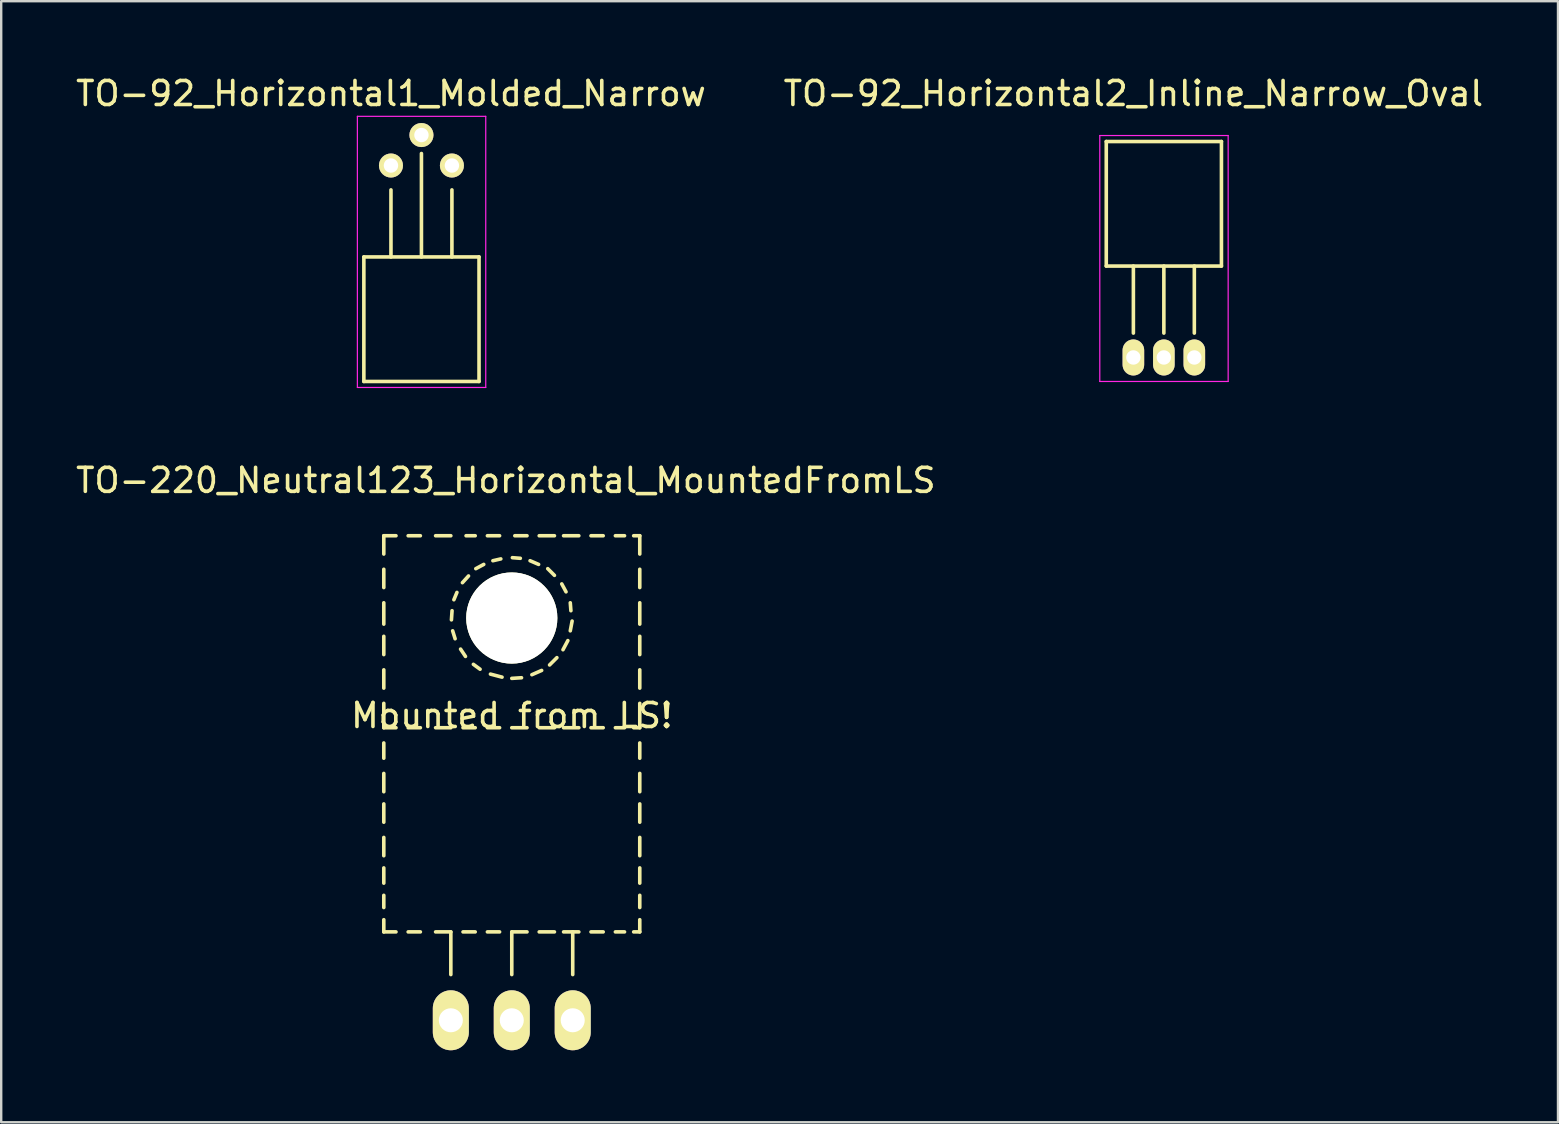
<source format=kicad_pcb>
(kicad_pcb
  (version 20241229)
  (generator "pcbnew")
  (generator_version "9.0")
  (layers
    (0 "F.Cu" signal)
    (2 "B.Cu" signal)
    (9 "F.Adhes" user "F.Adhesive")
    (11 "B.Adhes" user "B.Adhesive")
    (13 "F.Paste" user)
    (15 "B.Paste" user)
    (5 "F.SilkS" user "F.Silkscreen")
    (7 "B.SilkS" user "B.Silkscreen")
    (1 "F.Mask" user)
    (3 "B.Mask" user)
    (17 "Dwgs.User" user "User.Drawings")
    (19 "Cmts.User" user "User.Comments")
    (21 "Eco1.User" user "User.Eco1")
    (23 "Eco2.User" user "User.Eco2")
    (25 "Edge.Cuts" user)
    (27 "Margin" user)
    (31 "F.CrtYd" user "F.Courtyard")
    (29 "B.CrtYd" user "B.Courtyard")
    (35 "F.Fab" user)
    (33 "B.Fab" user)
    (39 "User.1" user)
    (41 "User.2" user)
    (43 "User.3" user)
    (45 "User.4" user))
  (footprint "TO-220_Neutral123_Horizontal_MountedFromLS"
    (layer "F.Cu")
    (at 18.279 39.471)
    (property "Reference" "TO-220_Neutral123_Horizontal_MountedFromLS" (at -0.249 -22.499 0) (layer "F.SilkS") (effects (font (size 1 1) (thickness 0.15))))
    (attr through_hole)
    (fp_line (start -5.334 -20.193) (end -5.334 -19.431) (stroke (width 0.15) (type solid)) (layer "F.SilkS"))
    (fp_line (start -5.334 -20.193) (end -4.826 -20.193) (stroke (width 0.15) (type solid)) (layer "F.SilkS"))
    (fp_line (start -5.334 -18.796) (end -5.334 -18.034) (stroke (width 0.15) (type solid)) (layer "F.SilkS"))
    (fp_line (start -5.334 -17.399) (end -5.334 -16.51) (stroke (width 0.15) (type solid)) (layer "F.SilkS"))
    (fp_line (start -5.334 -16.002) (end -5.334 -15.24) (stroke (width 0.15) (type solid)) (layer "F.SilkS"))
    (fp_line (start -5.334 -14.605) (end -5.334 -13.843) (stroke (width 0.15) (type solid)) (layer "F.SilkS"))
    (fp_line (start -5.334 -13.208) (end -5.334 -12.192) (stroke (width 0.15) (type solid)) (layer "F.SilkS"))
    (fp_line (start -5.334 -12.192) (end -4.826 -12.192) (stroke (width 0.15) (type solid)) (layer "F.SilkS"))
    (fp_line (start -5.334 -11.557) (end -5.334 -10.922) (stroke (width 0.15) (type solid)) (layer "F.SilkS"))
    (fp_line (start -5.334 -10.287) (end -5.334 -9.525) (stroke (width 0.15) (type solid)) (layer "F.SilkS"))
    (fp_line (start -5.334 -9.017) (end -5.334 -8.255) (stroke (width 0.15) (type solid)) (layer "F.SilkS"))
    (fp_line (start -5.334 -7.62) (end -5.334 -6.858) (stroke (width 0.15) (type solid)) (layer "F.SilkS"))
    (fp_line (start -5.334 -6.35) (end -5.334 -5.715) (stroke (width 0.15) (type solid)) (layer "F.SilkS"))
    (fp_line (start -5.334 -5.207) (end -5.334 -4.699) (stroke (width 0.15) (type solid)) (layer "F.SilkS"))
    (fp_line (start -5.334 -4.191) (end -5.334 -3.683) (stroke (width 0.15) (type solid)) (layer "F.SilkS"))
    (fp_line (start -5.334 -3.683) (end -4.826 -3.683) (stroke (width 0.15) (type solid)) (layer "F.SilkS"))
    (fp_line (start -4.318 -20.193) (end -3.81 -20.193) (stroke (width 0.15) (type solid)) (layer "F.SilkS"))
    (fp_line (start -4.318 -12.192) (end -3.81 -12.192) (stroke (width 0.15) (type solid)) (layer "F.SilkS"))
    (fp_line (start -4.318 -3.683) (end -3.81 -3.683) (stroke (width 0.15) (type solid)) (layer "F.SilkS"))
    (fp_line (start -3.175 -20.193) (end -2.54 -20.193) (stroke (width 0.15) (type solid)) (layer "F.SilkS"))
    (fp_line (start -3.175 -12.192) (end -2.54 -12.192) (stroke (width 0.15) (type solid)) (layer "F.SilkS"))
    (fp_line (start -3.175 -3.683) (end -2.54 -3.683) (stroke (width 0.15) (type solid)) (layer "F.SilkS"))
    (fp_line (start -2.54 -3.683) (end -2.54 -1.905) (stroke (width 0.15) (type solid)) (layer "F.SilkS"))
    (fp_line (start -2.515 -16.688) (end -2.489 -17.069) (stroke (width 0.15) (type solid)) (layer "F.SilkS"))
    (fp_line (start -2.413 -17.526) (end -2.286 -17.831) (stroke (width 0.15) (type solid)) (layer "F.SilkS"))
    (fp_line (start -2.362 -15.9) (end -2.464 -16.231) (stroke (width 0.15) (type solid)) (layer "F.SilkS"))
    (fp_line (start -2.057 -18.237) (end -1.803 -18.517) (stroke (width 0.15) (type solid)) (layer "F.SilkS"))
    (fp_line (start -2.032 -12.192) (end -1.524 -12.192) (stroke (width 0.15) (type solid)) (layer "F.SilkS"))
    (fp_line (start -2.032 -3.683) (end -1.524 -3.683) (stroke (width 0.15) (type solid)) (layer "F.SilkS"))
    (fp_line (start -1.93 -15.164) (end -2.134 -15.469) (stroke (width 0.15) (type solid)) (layer "F.SilkS"))
    (fp_line (start -1.905 -20.193) (end -1.524 -20.193) (stroke (width 0.15) (type solid)) (layer "F.SilkS"))
    (fp_line (start -1.499 -18.821) (end -1.168 -18.999) (stroke (width 0.15) (type solid)) (layer "F.SilkS"))
    (fp_line (start -1.321 -14.63) (end -1.6 -14.834) (stroke (width 0.15) (type solid)) (layer "F.SilkS"))
    (fp_line (start -1.016 -20.193) (end -0.508 -20.193) (stroke (width 0.15) (type solid)) (layer "F.SilkS"))
    (fp_line (start -1.016 -12.192) (end -0.508 -12.192) (stroke (width 0.15) (type solid)) (layer "F.SilkS"))
    (fp_line (start -1.016 -3.683) (end -0.508 -3.683) (stroke (width 0.15) (type solid)) (layer "F.SilkS"))
    (fp_line (start -0.787 -19.152) (end -0.457 -19.228) (stroke (width 0.15) (type solid)) (layer "F.SilkS"))
    (fp_line (start -0.406 -14.3) (end -0.889 -14.427) (stroke (width 0.15) (type solid)) (layer "F.SilkS"))
    (fp_line (start 0 -12.192) (end 0.635 -12.192) (stroke (width 0.15) (type solid)) (layer "F.SilkS"))
    (fp_line (start 0 -3.683) (end 0 -1.905) (stroke (width 0.15) (type solid)) (layer "F.SilkS"))
    (fp_line (start 0 -3.683) (end 0.635 -3.683) (stroke (width 0.15) (type solid)) (layer "F.SilkS"))
    (fp_line (start 0.025 -19.279) (end 0.356 -19.253) (stroke (width 0.15) (type solid)) (layer "F.SilkS"))
    (fp_line (start 0.127 -20.193) (end 0.635 -20.193) (stroke (width 0.15) (type solid)) (layer "F.SilkS"))
    (fp_line (start 0.406 -14.275) (end 0 -14.249) (stroke (width 0.15) (type solid)) (layer "F.SilkS"))
    (fp_line (start 0.762 -19.152) (end 1.118 -18.999) (stroke (width 0.15) (type solid)) (layer "F.SilkS"))
    (fp_line (start 1.143 -20.193) (end 1.778 -20.193) (stroke (width 0.15) (type solid)) (layer "F.SilkS"))
    (fp_line (start 1.143 -12.192) (end 1.778 -12.192) (stroke (width 0.15) (type solid)) (layer "F.SilkS"))
    (fp_line (start 1.143 -3.683) (end 1.778 -3.683) (stroke (width 0.15) (type solid)) (layer "F.SilkS"))
    (fp_line (start 1.245 -14.58) (end 0.838 -14.402) (stroke (width 0.15) (type solid)) (layer "F.SilkS"))
    (fp_line (start 1.499 -18.821) (end 1.778 -18.542) (stroke (width 0.15) (type solid)) (layer "F.SilkS"))
    (fp_line (start 1.88 -15.113) (end 1.575 -14.808) (stroke (width 0.15) (type solid)) (layer "F.SilkS"))
    (fp_line (start 2.083 -18.186) (end 2.261 -17.856) (stroke (width 0.15) (type solid)) (layer "F.SilkS"))
    (fp_line (start 2.159 -20.193) (end 2.794 -20.193) (stroke (width 0.15) (type solid)) (layer "F.SilkS"))
    (fp_line (start 2.159 -12.192) (end 2.794 -12.192) (stroke (width 0.15) (type solid)) (layer "F.SilkS"))
    (fp_line (start 2.159 -3.683) (end 2.794 -3.683) (stroke (width 0.15) (type solid)) (layer "F.SilkS"))
    (fp_line (start 2.337 -15.824) (end 2.134 -15.443) (stroke (width 0.15) (type solid)) (layer "F.SilkS"))
    (fp_line (start 2.438 -17.399) (end 2.464 -17.069) (stroke (width 0.15) (type solid)) (layer "F.SilkS"))
    (fp_line (start 2.515 -16.637) (end 2.438 -16.231) (stroke (width 0.15) (type solid)) (layer "F.SilkS"))
    (fp_line (start 2.54 -3.683) (end 2.54 -1.905) (stroke (width 0.15) (type solid)) (layer "F.SilkS"))
    (fp_line (start 3.302 -20.193) (end 3.81 -20.193) (stroke (width 0.15) (type solid)) (layer "F.SilkS"))
    (fp_line (start 3.302 -12.192) (end 3.81 -12.192) (stroke (width 0.15) (type solid)) (layer "F.SilkS"))
    (fp_line (start 3.302 -3.683) (end 3.81 -3.683) (stroke (width 0.15) (type solid)) (layer "F.SilkS"))
    (fp_line (start 4.318 -20.193) (end 4.699 -20.193) (stroke (width 0.15) (type solid)) (layer "F.SilkS"))
    (fp_line (start 4.318 -12.192) (end 4.699 -12.192) (stroke (width 0.15) (type solid)) (layer "F.SilkS"))
    (fp_line (start 4.318 -3.683) (end 4.699 -3.683) (stroke (width 0.15) (type solid)) (layer "F.SilkS"))
    (fp_line (start 5.08 -20.193) (end 5.334 -20.193) (stroke (width 0.15) (type solid)) (layer "F.SilkS"))
    (fp_line (start 5.08 -12.192) (end 5.334 -12.192) (stroke (width 0.15) (type solid)) (layer "F.SilkS"))
    (fp_line (start 5.08 -3.683) (end 5.334 -3.683) (stroke (width 0.15) (type solid)) (layer "F.SilkS"))
    (fp_line (start 5.334 -20.193) (end 5.334 -19.431) (stroke (width 0.15) (type solid)) (layer "F.SilkS"))
    (fp_line (start 5.334 -18.796) (end 5.334 -18.034) (stroke (width 0.15) (type solid)) (layer "F.SilkS"))
    (fp_line (start 5.334 -17.399) (end 5.334 -16.51) (stroke (width 0.15) (type solid)) (layer "F.SilkS"))
    (fp_line (start 5.334 -16.002) (end 5.334 -15.24) (stroke (width 0.15) (type solid)) (layer "F.SilkS"))
    (fp_line (start 5.334 -14.605) (end 5.334 -13.843) (stroke (width 0.15) (type solid)) (layer "F.SilkS"))
    (fp_line (start 5.334 -13.208) (end 5.334 -12.192) (stroke (width 0.15) (type solid)) (layer "F.SilkS"))
    (fp_line (start 5.334 -11.557) (end 5.334 -10.922) (stroke (width 0.15) (type solid)) (layer "F.SilkS"))
    (fp_line (start 5.334 -10.287) (end 5.334 -9.525) (stroke (width 0.15) (type solid)) (layer "F.SilkS"))
    (fp_line (start 5.334 -9.017) (end 5.334 -8.255) (stroke (width 0.15) (type solid)) (layer "F.SilkS"))
    (fp_line (start 5.334 -7.62) (end 5.334 -6.858) (stroke (width 0.15) (type solid)) (layer "F.SilkS"))
    (fp_line (start 5.334 -6.35) (end 5.334 -5.715) (stroke (width 0.15) (type solid)) (layer "F.SilkS"))
    (fp_line (start 5.334 -5.207) (end 5.334 -4.699) (stroke (width 0.15) (type solid)) (layer "F.SilkS"))
    (fp_line (start 5.334 -4.191) (end 5.334 -3.683) (stroke (width 0.15) (type solid)) (layer "F.SilkS"))
    (fp_text user "Mounted from LS!" (at 0 -12.7 0) (layer "F.SilkS") (effects (font (size 1 1) (thickness 0.15))))
    (pad "" np_thru_hole circle (at 0 -16.764 90) (size 3.8 3.8) (drill 3.8) (layers "*.Cu" "*.Mask" "F.SilkS"))
    (pad "1" thru_hole oval (at 2.54 0 90) (size 2.499 1.501) (drill 1.001) (layers "*.Cu" "*.Mask" "F.SilkS"))
    (pad "2" thru_hole oval (at 0 0 90) (size 2.499 1.501) (drill 1.001) (layers "*.Cu" "*.Mask" "F.SilkS"))
    (pad "3" thru_hole oval (at -2.54 0 90) (size 2.499 1.501) (drill 1.001) (layers "*.Cu" "*.Mask" "F.SilkS")))
  (footprint "TO-92_Horizontal1_Molded_Narrow"
    (layer "F.Cu")
    (at 13.244 3.848)
    (property "Reference" "TO-92_Horizontal1_Molded_Narrow" (at 0 -3 0) (layer "F.SilkS") (effects (font (size 1 1) (thickness 0.15))))
    (attr through_hole)
    (fp_line (start -1.13 3.81) (end 3.67 3.81) (stroke (width 0.15) (type solid)) (layer "F.SilkS"))
    (fp_line (start -1.13 9) (end -1.13 3.81) (stroke (width 0.15) (type solid)) (layer "F.SilkS"))
    (fp_line (start 0 1.016) (end 0 3.81) (stroke (width 0.15) (type solid)) (layer "F.SilkS"))
    (fp_line (start 1.27 -0.5) (end 1.27 3.81) (stroke (width 0.15) (type solid)) (layer "F.SilkS"))
    (fp_line (start 2.54 1.016) (end 2.54 3.81) (stroke (width 0.15) (type solid)) (layer "F.SilkS"))
    (fp_line (start 3.67 3.81) (end 3.67 9) (stroke (width 0.15) (type solid)) (layer "F.SilkS"))
    (fp_line (start 3.67 9) (end -1.13 9) (stroke (width 0.15) (type solid)) (layer "F.SilkS"))
    (fp_line (start -1.4 -2.05) (end 3.95 -2.05) (stroke (width 0.05) (type solid)) (layer "F.CrtYd"))
    (fp_line (start -1.4 9.25) (end -1.4 -2.05) (stroke (width 0.05) (type solid)) (layer "F.CrtYd"))
    (fp_line (start -1.4 9.25) (end 3.95 9.25) (stroke (width 0.05) (type solid)) (layer "F.CrtYd"))
    (fp_line (start 3.95 9.25) (end 3.95 -2.05) (stroke (width 0.05) (type solid)) (layer "F.CrtYd"))
    (pad "1" thru_hole circle (at 0 0 90) (size 1.001 1.001) (drill 0.6) (layers "*.Cu" "*.Mask" "F.SilkS"))
    (pad "2" thru_hole circle (at 1.27 -1.27 90) (size 1.001 1.001) (drill 0.6) (layers "*.Cu" "*.Mask" "F.SilkS"))
    (pad "3" thru_hole circle (at 2.54 0 90) (size 1.001 1.001) (drill 0.6) (layers "*.Cu" "*.Mask" "F.SilkS")))
  (footprint "TO-92_Horizontal2_Inline_Narrow_Oval"
    (layer "F.Cu")
    (at 44.185 11.848)
    (property "Reference" "TO-92_Horizontal2_Inline_Narrow_Oval" (at 0 -11 180) (layer "F.SilkS") (effects (font (size 1 1) (thickness 0.15))))
    (attr through_hole)
    (fp_line (start -1.13 -9) (end 3.67 -9) (stroke (width 0.15) (type solid)) (layer "F.SilkS"))
    (fp_line (start -1.13 -3.81) (end -1.13 -9) (stroke (width 0.15) (type solid)) (layer "F.SilkS"))
    (fp_line (start 0 -1.016) (end 0 -3.81) (stroke (width 0.15) (type solid)) (layer "F.SilkS"))
    (fp_line (start 1.27 -1.016) (end 1.27 -3.81) (stroke (width 0.15) (type solid)) (layer "F.SilkS"))
    (fp_line (start 2.54 -1.016) (end 2.54 -3.81) (stroke (width 0.15) (type solid)) (layer "F.SilkS"))
    (fp_line (start 3.67 -9) (end 3.67 -3.81) (stroke (width 0.15) (type solid)) (layer "F.SilkS"))
    (fp_line (start 3.67 -3.81) (end -1.13 -3.81) (stroke (width 0.15) (type solid)) (layer "F.SilkS"))
    (fp_line (start -1.4 -9.25) (end -1.4 1) (stroke (width 0.05) (type solid)) (layer "F.CrtYd"))
    (fp_line (start 3.95 -9.25) (end -1.4 -9.25) (stroke (width 0.05) (type solid)) (layer "F.CrtYd"))
    (fp_line (start 3.95 -9.25) (end 3.95 1) (stroke (width 0.05) (type solid)) (layer "F.CrtYd"))
    (fp_line (start 3.95 1) (end -1.4 1) (stroke (width 0.05) (type solid)) (layer "F.CrtYd"))
    (pad "1" thru_hole oval (at 0 0) (size 0.899 1.501) (drill 0.6) (layers "*.Cu" "*.Mask" "F.SilkS"))
    (pad "2" thru_hole oval (at 1.27 0) (size 0.899 1.501) (drill 0.6) (layers "*.Cu" "*.Mask" "F.SilkS"))
    (pad "3" thru_hole oval (at 2.54 0) (size 0.899 1.501) (drill 0.6) (layers "*.Cu" "*.Mask" "F.SilkS")))
  (gr_rect
    (start -3 -3)
    (end 61.881 43.721)
    (stroke (width 0.1) (type default))
    (fill no)
    (layer "Edge.Cuts")))
</source>
